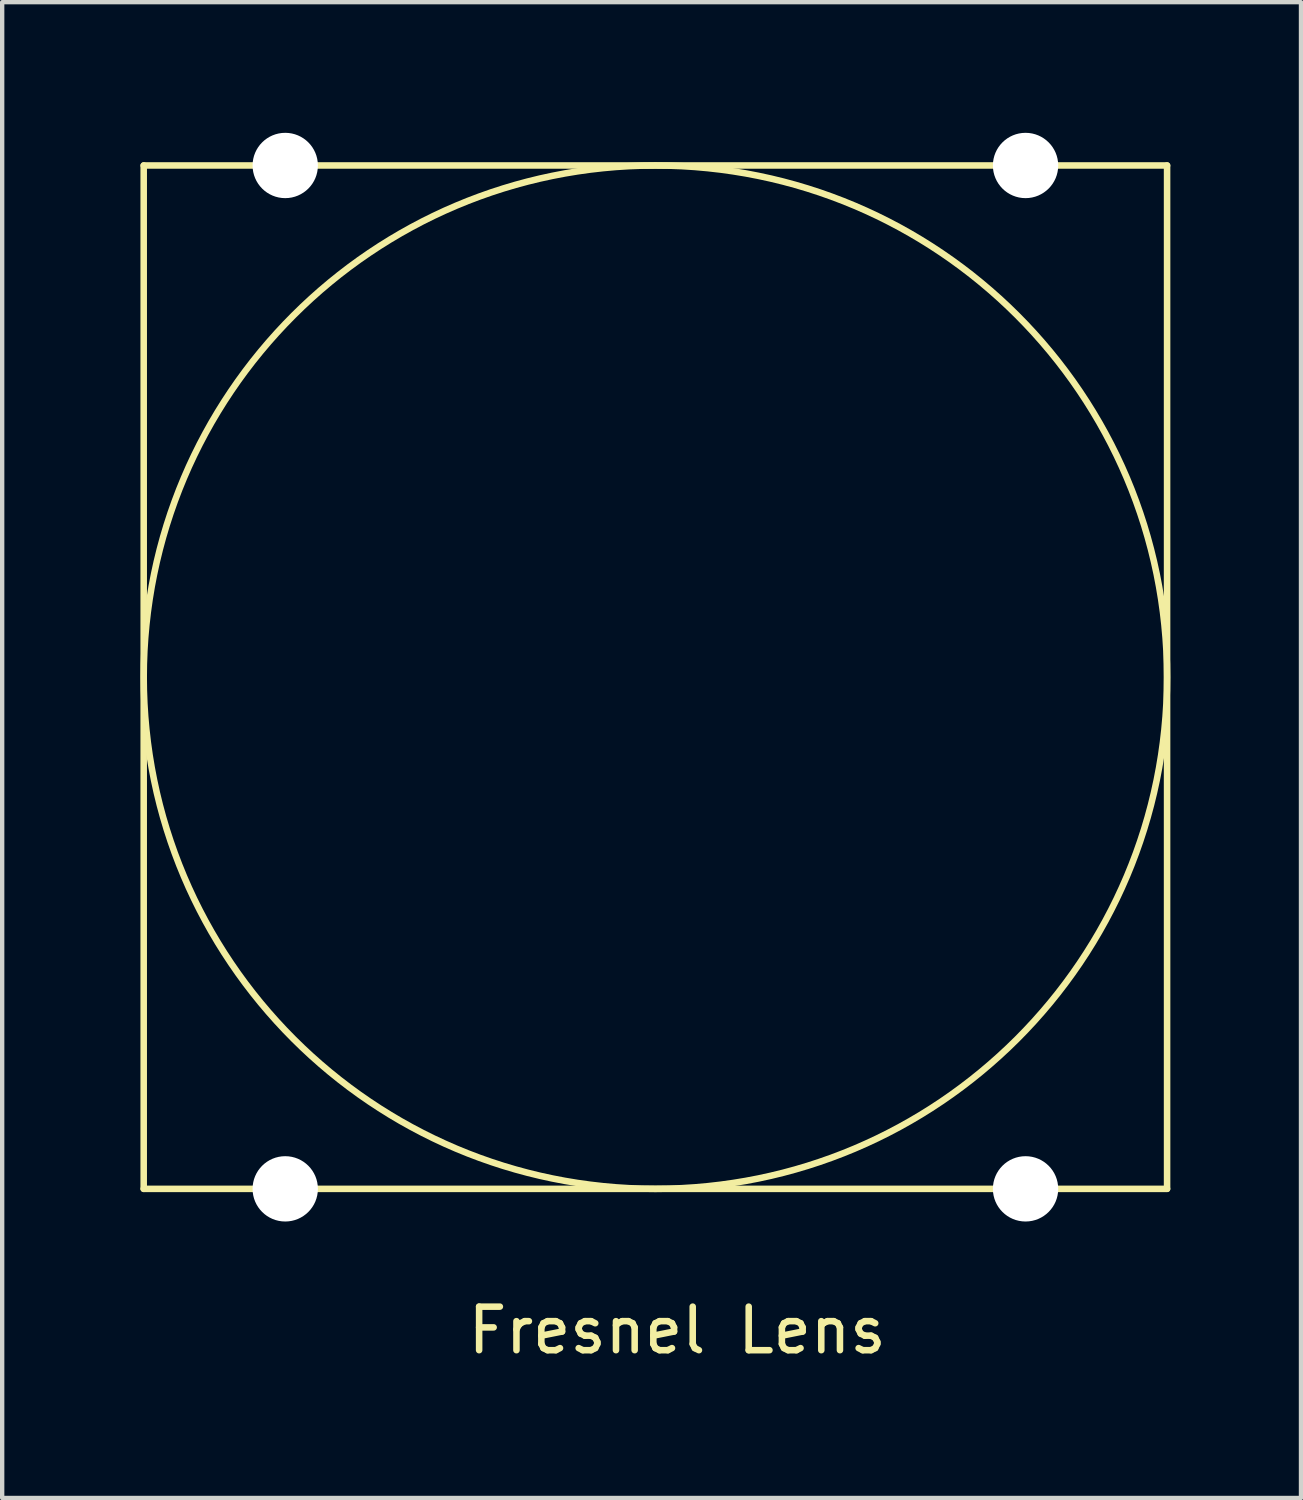
<source format=kicad_pcb>
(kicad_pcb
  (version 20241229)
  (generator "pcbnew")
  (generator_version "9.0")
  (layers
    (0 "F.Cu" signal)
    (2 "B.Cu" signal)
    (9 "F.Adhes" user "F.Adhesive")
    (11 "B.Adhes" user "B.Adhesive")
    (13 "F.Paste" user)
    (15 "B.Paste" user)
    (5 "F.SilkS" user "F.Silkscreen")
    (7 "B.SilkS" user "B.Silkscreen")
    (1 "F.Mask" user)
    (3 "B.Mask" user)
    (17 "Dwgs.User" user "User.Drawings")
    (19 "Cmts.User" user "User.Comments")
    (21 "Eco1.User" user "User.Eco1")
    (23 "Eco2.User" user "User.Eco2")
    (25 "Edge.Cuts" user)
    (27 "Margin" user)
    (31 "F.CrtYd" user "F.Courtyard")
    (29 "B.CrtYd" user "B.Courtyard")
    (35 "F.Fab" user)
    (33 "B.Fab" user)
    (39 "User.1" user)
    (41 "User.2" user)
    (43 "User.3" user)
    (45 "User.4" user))
  (footprint "Fresnel Lens"
    (layer "F.Cu")
    (at 0.25 24.25)
    (property "Reference" "Fresnel Lens" (at 12.25 3.25 0) (layer "F.SilkS") (effects (font (size 1 1) (thickness 0.15))))
    (attr through_hole)
    (fp_line (start 0 -23.5) (end 23.5 -23.5) (stroke (width 0.15) (type solid)) (layer "F.SilkS"))
    (fp_line (start 0 0) (end 0 -23.5) (stroke (width 0.15) (type solid)) (layer "F.SilkS"))
    (fp_line (start 23.5 -23.5) (end 23.5 0) (stroke (width 0.15) (type solid)) (layer "F.SilkS"))
    (fp_line (start 23.5 0) (end 0 0) (stroke (width 0.15) (type solid)) (layer "F.SilkS"))
    (fp_circle (center 11.75 -11.75) (end 23.5 -11.75) (stroke (width 0.15) (type solid)) (fill no) (layer "F.SilkS"))
    (pad "" np_thru_hole circle (at 3.25 -23.5) (size 1.5 1.5) (drill 1.5) (layers "*.Cu" "*.Mask"))
    (pad "" np_thru_hole circle (at 3.25 0) (size 1.5 1.5) (drill 1.5) (layers "*.Cu" "*.Mask"))
    (pad "" np_thru_hole circle (at 20.25 -23.5) (size 1.5 1.5) (drill 1.5) (layers "*.Cu" "*.Mask"))
    (pad "" np_thru_hole circle (at 20.25 0) (size 1.5 1.5) (drill 1.5) (layers "*.Cu" "*.Mask")))
  (gr_rect
    (start -3 -3)
    (end 26.825 31.348)
    (stroke (width 0.1) (type default))
    (fill no)
    (layer "Edge.Cuts")))
</source>
